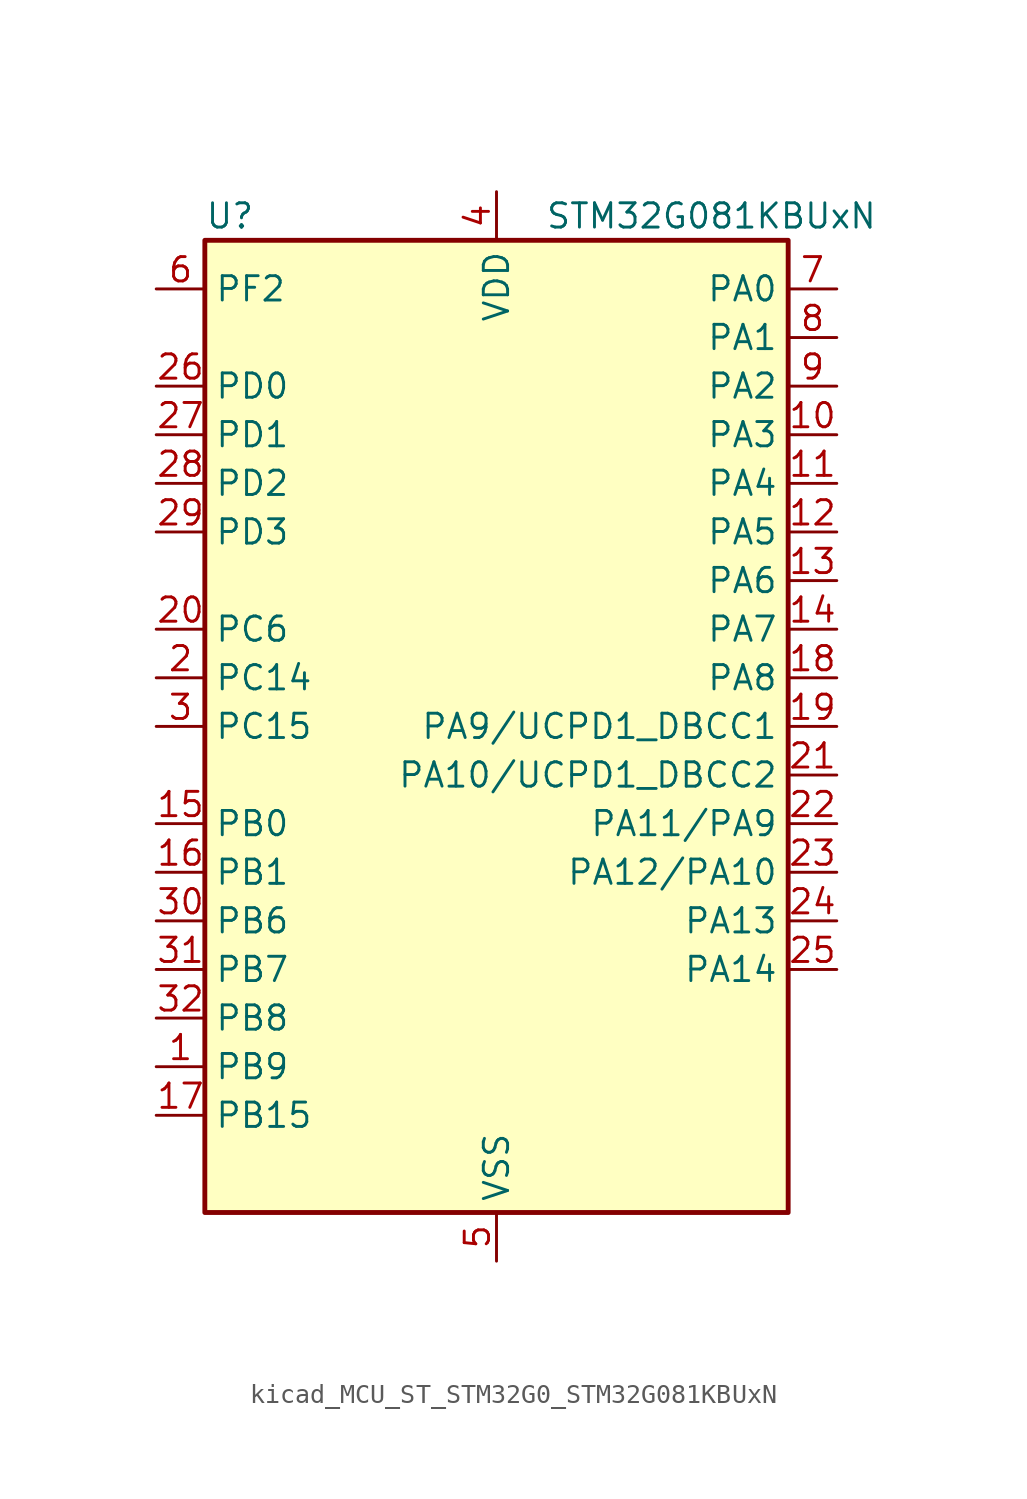
<source format=kicad_sym>
(kicad_symbol_lib
  (version 20220914)
  (generator kicad_symbol_editor)
  (symbol "kicad_MCU_ST_STM32G0_STM32G081KBUxN"
    (property "Reference" "U"
      (at -15.24 26.67 0)
      (effects (font (size 1.27 1.27)) (justify left)))
    (property "Value" "STM32G081KBUxN"
      (at 2.54 26.67 0)
      (effects (font (size 1.27 1.27)) (justify left)))
    (property "ki_locked" ""
      (at 0 0 0)
      (effects (font (size 1.27 1.27))))
    (symbol "kicad_MCU_ST_STM32G0_STM32G081KBUxN_0_1"
      (rectangle (start -15.24 -25.4) (end 15.24 25.4) (stroke (width 0.254) (type default)) (fill (type background))))
    (symbol "kicad_MCU_ST_STM32G0_STM32G081KBUxN_1_1"
      (pin bidirectional line (at -17.78 -17.78 0) (length 2.54) (name "PB9" (effects (font (size 1.27 1.27)))) (number "1" (effects (font (size 1.27 1.27)))) (alternate "DAC1_EXTI9" bidirectional line) (alternate "I2C1_SDA" bidirectional line) (alternate "IR_OUT" bidirectional line) (alternate "SPI2_NSS" bidirectional line) (alternate "TIM17_CH1" bidirectional line) (alternate "UCPD2_FRSTX1" bidirectional line) (alternate "UCPD2_FRSTX2" bidirectional line) (alternate "USART3_RX" bidirectional line))
      (pin bidirectional line (at 17.78 15.24 180) (length 2.54) (name "PA3" (effects (font (size 1.27 1.27)))) (number "10" (effects (font (size 1.27 1.27)))) (alternate "ADC1_IN3" bidirectional line) (alternate "COMP2_INP" bidirectional line) (alternate "LPUART1_RX" bidirectional line) (alternate "SPI2_MISO" bidirectional line) (alternate "TIM15_CH2" bidirectional line) (alternate "TIM2_CH4" bidirectional line) (alternate "UCPD2_FRSTX1" bidirectional line) (alternate "UCPD2_FRSTX2" bidirectional line) (alternate "USART2_RX" bidirectional line))
      (pin bidirectional line (at 17.78 12.7 180) (length 2.54) (name "PA4" (effects (font (size 1.27 1.27)))) (number "11" (effects (font (size 1.27 1.27)))) (alternate "ADC1_IN4" bidirectional line) (alternate "DAC1_OUT1" bidirectional line) (alternate "I2S1_WS" bidirectional line) (alternate "LPTIM2_OUT" bidirectional line) (alternate "RTC_OUT_ALARM" bidirectional line) (alternate "RTC_OUT_CALIB" bidirectional line) (alternate "RTC_TAMP_IN1" bidirectional line) (alternate "RTC_TS" bidirectional line) (alternate "SPI1_NSS" bidirectional line) (alternate "SPI2_MOSI" bidirectional line) (alternate "SYS_WKUP2" bidirectional line) (alternate "TIM14_CH1" bidirectional line) (alternate "UCPD2_FRSTX1" bidirectional line) (alternate "UCPD2_FRSTX2" bidirectional line))
      (pin bidirectional line (at 17.78 10.16 180) (length 2.54) (name "PA5" (effects (font (size 1.27 1.27)))) (number "12" (effects (font (size 1.27 1.27)))) (alternate "ADC1_IN5" bidirectional line) (alternate "CEC" bidirectional line) (alternate "DAC1_OUT2" bidirectional line) (alternate "I2S1_CK" bidirectional line) (alternate "LPTIM2_ETR" bidirectional line) (alternate "SPI1_SCK" bidirectional line) (alternate "TIM2_CH1" bidirectional line) (alternate "TIM2_ETR" bidirectional line) (alternate "UCPD1_FRSTX1" bidirectional line) (alternate "UCPD1_FRSTX2" bidirectional line) (alternate "USART3_TX" bidirectional line))
      (pin bidirectional line (at 17.78 7.62 180) (length 2.54) (name "PA6" (effects (font (size 1.27 1.27)))) (number "13" (effects (font (size 1.27 1.27)))) (alternate "ADC1_IN6" bidirectional line) (alternate "COMP1_OUT" bidirectional line) (alternate "I2S1_MCK" bidirectional line) (alternate "LPUART1_CTS" bidirectional line) (alternate "SPI1_MISO" bidirectional line) (alternate "TIM16_CH1" bidirectional line) (alternate "TIM1_BK" bidirectional line) (alternate "TIM3_CH1" bidirectional line) (alternate "USART3_CTS" bidirectional line) (alternate "USART3_NSS" bidirectional line))
      (pin bidirectional line (at 17.78 5.08 180) (length 2.54) (name "PA7" (effects (font (size 1.27 1.27)))) (number "14" (effects (font (size 1.27 1.27)))) (alternate "ADC1_IN7" bidirectional line) (alternate "COMP2_OUT" bidirectional line) (alternate "I2S1_SD" bidirectional line) (alternate "SPI1_MOSI" bidirectional line) (alternate "TIM14_CH1" bidirectional line) (alternate "TIM17_CH1" bidirectional line) (alternate "TIM1_CH1N" bidirectional line) (alternate "TIM3_CH2" bidirectional line) (alternate "UCPD1_FRSTX1" bidirectional line) (alternate "UCPD1_FRSTX2" bidirectional line))
      (pin bidirectional line (at -17.78 -5.08 0) (length 2.54) (name "PB0" (effects (font (size 1.27 1.27)))) (number "15" (effects (font (size 1.27 1.27)))) (alternate "ADC1_IN8" bidirectional line) (alternate "COMP1_OUT" bidirectional line) (alternate "I2S1_WS" bidirectional line) (alternate "LPTIM1_OUT" bidirectional line) (alternate "SPI1_NSS" bidirectional line) (alternate "TIM1_CH2N" bidirectional line) (alternate "TIM3_CH3" bidirectional line) (alternate "UCPD1_FRSTX1" bidirectional line) (alternate "UCPD1_FRSTX2" bidirectional line) (alternate "USART3_RX" bidirectional line))
      (pin bidirectional line (at -17.78 -7.62 0) (length 2.54) (name "PB1" (effects (font (size 1.27 1.27)))) (number "16" (effects (font (size 1.27 1.27)))) (alternate "ADC1_IN9" bidirectional line) (alternate "COMP1_INM" bidirectional line) (alternate "LPTIM2_IN1" bidirectional line) (alternate "LPUART1_DE" bidirectional line) (alternate "LPUART1_RTS" bidirectional line) (alternate "TIM14_CH1" bidirectional line) (alternate "TIM1_CH3N" bidirectional line) (alternate "TIM3_CH4" bidirectional line) (alternate "USART3_CK" bidirectional line) (alternate "USART3_DE" bidirectional line) (alternate "USART3_RTS" bidirectional line))
      (pin bidirectional line (at -17.78 -20.32 0) (length 2.54) (name "PB15" (effects (font (size 1.27 1.27)))) (number "17" (effects (font (size 1.27 1.27)))) (alternate "RTC_REFIN" bidirectional line) (alternate "SPI2_MOSI" bidirectional line) (alternate "TIM15_CH1N" bidirectional line) (alternate "TIM15_CH2" bidirectional line) (alternate "TIM1_CH3N" bidirectional line) (alternate "UCPD1_CC2" bidirectional line))
      (pin bidirectional line (at 17.78 2.54 180) (length 2.54) (name "PA8" (effects (font (size 1.27 1.27)))) (number "18" (effects (font (size 1.27 1.27)))) (alternate "LPTIM2_OUT" bidirectional line) (alternate "RCC_MCO" bidirectional line) (alternate "SPI2_NSS" bidirectional line) (alternate "TIM1_CH1" bidirectional line) (alternate "UCPD1_CC1" bidirectional line))
      (pin bidirectional line (at 17.78 0 180) (length 2.54) (name "PA9/UCPD1_DBCC1" (effects (font (size 1.27 1.27)))) (number "19" (effects (font (size 1.27 1.27)))) (alternate "DAC1_EXTI9" bidirectional line) (alternate "I2C1_SCL" bidirectional line) (alternate "RCC_MCO" bidirectional line) (alternate "SPI2_MISO" bidirectional line) (alternate "TIM15_BK" bidirectional line) (alternate "TIM1_CH2" bidirectional line) (alternate "UCPD1_DBCC1" bidirectional line) (alternate "USART1_TX" bidirectional line))
      (pin bidirectional line (at -17.78 2.54 0) (length 2.54) (name "PC14" (effects (font (size 1.27 1.27)))) (number "2" (effects (font (size 1.27 1.27)))) (alternate "RCC_OSC32_IN" bidirectional line) (alternate "RCC_OSC_IN" bidirectional line) (alternate "TIM1_BK2" bidirectional line))
      (pin bidirectional line (at -17.78 5.08 0) (length 2.54) (name "PC6" (effects (font (size 1.27 1.27)))) (number "20" (effects (font (size 1.27 1.27)))) (alternate "TIM2_CH3" bidirectional line) (alternate "TIM3_CH1" bidirectional line) (alternate "UCPD1_FRSTX1" bidirectional line) (alternate "UCPD1_FRSTX2" bidirectional line))
      (pin bidirectional line (at 17.78 -2.54 180) (length 2.54) (name "PA10/UCPD1_DBCC2" (effects (font (size 1.27 1.27)))) (number "21" (effects (font (size 1.27 1.27)))) (alternate "I2C1_SDA" bidirectional line) (alternate "SPI2_MOSI" bidirectional line) (alternate "TIM17_BK" bidirectional line) (alternate "TIM1_CH3" bidirectional line) (alternate "UCPD1_DBCC2" bidirectional line) (alternate "USART1_RX" bidirectional line))
      (pin bidirectional line (at 17.78 -5.08 180) (length 2.54) (name "PA11/PA9" (effects (font (size 1.27 1.27)))) (number "22" (effects (font (size 1.27 1.27)))) (alternate "ADC1_EXTI11" bidirectional line) (alternate "COMP1_OUT" bidirectional line) (alternate "I2C2_SCL" bidirectional line) (alternate "I2S1_MCK" bidirectional line) (alternate "SPI1_MISO" bidirectional line) (alternate "TIM1_BK2" bidirectional line) (alternate "TIM1_CH4" bidirectional line) (alternate "USART1_CTS" bidirectional line) (alternate "USART1_NSS" bidirectional line))
      (pin bidirectional line (at 17.78 -7.62 180) (length 2.54) (name "PA12/PA10" (effects (font (size 1.27 1.27)))) (number "23" (effects (font (size 1.27 1.27)))) (alternate "COMP2_OUT" bidirectional line) (alternate "I2C2_SDA" bidirectional line) (alternate "I2S1_SD" bidirectional line) (alternate "I2S_CKIN" bidirectional line) (alternate "SPI1_MOSI" bidirectional line) (alternate "TIM1_ETR" bidirectional line) (alternate "USART1_CK" bidirectional line) (alternate "USART1_DE" bidirectional line) (alternate "USART1_RTS" bidirectional line))
      (pin bidirectional line (at 17.78 -10.16 180) (length 2.54) (name "PA13" (effects (font (size 1.27 1.27)))) (number "24" (effects (font (size 1.27 1.27)))) (alternate "IR_OUT" bidirectional line) (alternate "SYS_SWDIO" bidirectional line))
      (pin bidirectional line (at 17.78 -12.7 180) (length 2.54) (name "PA14" (effects (font (size 1.27 1.27)))) (number "25" (effects (font (size 1.27 1.27)))) (alternate "SYS_SWCLK" bidirectional line) (alternate "USART2_TX" bidirectional line))
      (pin bidirectional line (at -17.78 17.78 0) (length 2.54) (name "PD0" (effects (font (size 1.27 1.27)))) (number "26" (effects (font (size 1.27 1.27)))) (alternate "SPI2_NSS" bidirectional line) (alternate "TIM16_CH1" bidirectional line) (alternate "UCPD2_CC1" bidirectional line))
      (pin bidirectional line (at -17.78 15.24 0) (length 2.54) (name "PD1" (effects (font (size 1.27 1.27)))) (number "27" (effects (font (size 1.27 1.27)))) (alternate "SPI2_SCK" bidirectional line) (alternate "TIM17_CH1" bidirectional line) (alternate "UCPD2_DBCC1" bidirectional line))
      (pin bidirectional line (at -17.78 12.7 0) (length 2.54) (name "PD2" (effects (font (size 1.27 1.27)))) (number "28" (effects (font (size 1.27 1.27)))) (alternate "TIM1_CH1N" bidirectional line) (alternate "TIM3_ETR" bidirectional line) (alternate "UCPD2_CC2" bidirectional line) (alternate "USART3_CK" bidirectional line) (alternate "USART3_DE" bidirectional line) (alternate "USART3_RTS" bidirectional line))
      (pin bidirectional line (at -17.78 10.16 0) (length 2.54) (name "PD3" (effects (font (size 1.27 1.27)))) (number "29" (effects (font (size 1.27 1.27)))) (alternate "SPI2_MISO" bidirectional line) (alternate "TIM1_CH2N" bidirectional line) (alternate "UCPD2_DBCC2" bidirectional line) (alternate "USART2_CTS" bidirectional line) (alternate "USART2_NSS" bidirectional line))
      (pin bidirectional line (at -17.78 0 0) (length 2.54) (name "PC15" (effects (font (size 1.27 1.27)))) (number "3" (effects (font (size 1.27 1.27)))) (alternate "RCC_OSC32_EN" bidirectional line) (alternate "RCC_OSC32_OUT" bidirectional line) (alternate "RCC_OSC_EN" bidirectional line) (alternate "TIM15_BK" bidirectional line))
      (pin bidirectional line (at -17.78 -10.16 0) (length 2.54) (name "PB6" (effects (font (size 1.27 1.27)))) (number "30" (effects (font (size 1.27 1.27)))) (alternate "COMP2_INP" bidirectional line) (alternate "I2C1_SCL" bidirectional line) (alternate "LPTIM1_ETR" bidirectional line) (alternate "SPI2_MISO" bidirectional line) (alternate "TIM16_CH1N" bidirectional line) (alternate "TIM1_CH3" bidirectional line) (alternate "USART1_TX" bidirectional line))
      (pin bidirectional line (at -17.78 -12.7 0) (length 2.54) (name "PB7" (effects (font (size 1.27 1.27)))) (number "31" (effects (font (size 1.27 1.27)))) (alternate "COMP2_INM" bidirectional line) (alternate "I2C1_SDA" bidirectional line) (alternate "LPTIM1_IN2" bidirectional line) (alternate "SPI2_MOSI" bidirectional line) (alternate "SYS_PVD_IN" bidirectional line) (alternate "TIM17_CH1N" bidirectional line) (alternate "USART1_RX" bidirectional line) (alternate "USART4_CTS" bidirectional line) (alternate "USART4_NSS" bidirectional line))
      (pin bidirectional line (at -17.78 -15.24 0) (length 2.54) (name "PB8" (effects (font (size 1.27 1.27)))) (number "32" (effects (font (size 1.27 1.27)))) (alternate "CEC" bidirectional line) (alternate "I2C1_SCL" bidirectional line) (alternate "SPI2_SCK" bidirectional line) (alternate "TIM15_BK" bidirectional line) (alternate "TIM16_CH1" bidirectional line) (alternate "USART3_TX" bidirectional line))
      (pin passive line (at 0 -27.94 90) (length 2.54) hide (name "VSS" (effects (font (size 1.27 1.27)))) (number "33" (effects (font (size 1.27 1.27)))))
      (pin power_in line (at 0 27.94 270) (length 2.54) (name "VDD" (effects (font (size 1.27 1.27)))) (number "4" (effects (font (size 1.27 1.27)))))
      (pin power_in line (at 0 -27.94 90) (length 2.54) (name "VSS" (effects (font (size 1.27 1.27)))) (number "5" (effects (font (size 1.27 1.27)))))
      (pin bidirectional line (at -17.78 22.86 0) (length 2.54) (name "PF2" (effects (font (size 1.27 1.27)))) (number "6" (effects (font (size 1.27 1.27)))) (alternate "RCC_MCO" bidirectional line))
      (pin bidirectional line (at 17.78 22.86 180) (length 2.54) (name "PA0" (effects (font (size 1.27 1.27)))) (number "7" (effects (font (size 1.27 1.27)))) (alternate "ADC1_IN0" bidirectional line) (alternate "COMP1_INM" bidirectional line) (alternate "COMP1_OUT" bidirectional line) (alternate "LPTIM1_OUT" bidirectional line) (alternate "RTC_TAMP_IN2" bidirectional line) (alternate "SPI2_SCK" bidirectional line) (alternate "SYS_WKUP1" bidirectional line) (alternate "TIM2_CH1" bidirectional line) (alternate "TIM2_ETR" bidirectional line) (alternate "UCPD2_FRSTX1" bidirectional line) (alternate "UCPD2_FRSTX2" bidirectional line) (alternate "USART2_CTS" bidirectional line) (alternate "USART2_NSS" bidirectional line) (alternate "USART4_TX" bidirectional line))
      (pin bidirectional line (at 17.78 20.32 180) (length 2.54) (name "PA1" (effects (font (size 1.27 1.27)))) (number "8" (effects (font (size 1.27 1.27)))) (alternate "ADC1_IN1" bidirectional line) (alternate "COMP1_INP" bidirectional line) (alternate "I2C1_SMBA" bidirectional line) (alternate "I2S1_CK" bidirectional line) (alternate "SPI1_SCK" bidirectional line) (alternate "TIM15_CH1N" bidirectional line) (alternate "TIM2_CH2" bidirectional line) (alternate "USART2_CK" bidirectional line) (alternate "USART2_DE" bidirectional line) (alternate "USART2_RTS" bidirectional line) (alternate "USART4_RX" bidirectional line))
      (pin bidirectional line (at 17.78 17.78 180) (length 2.54) (name "PA2" (effects (font (size 1.27 1.27)))) (number "9" (effects (font (size 1.27 1.27)))) (alternate "ADC1_IN2" bidirectional line) (alternate "COMP2_INM" bidirectional line) (alternate "COMP2_OUT" bidirectional line) (alternate "I2S1_SD" bidirectional line) (alternate "LPUART1_TX" bidirectional line) (alternate "RCC_LSCO" bidirectional line) (alternate "SPI1_MOSI" bidirectional line) (alternate "SYS_WKUP4" bidirectional line) (alternate "TIM15_CH1" bidirectional line) (alternate "TIM2_CH3" bidirectional line) (alternate "UCPD1_FRSTX1" bidirectional line) (alternate "UCPD1_FRSTX2" bidirectional line) (alternate "USART2_TX" bidirectional line)))))
</source>
